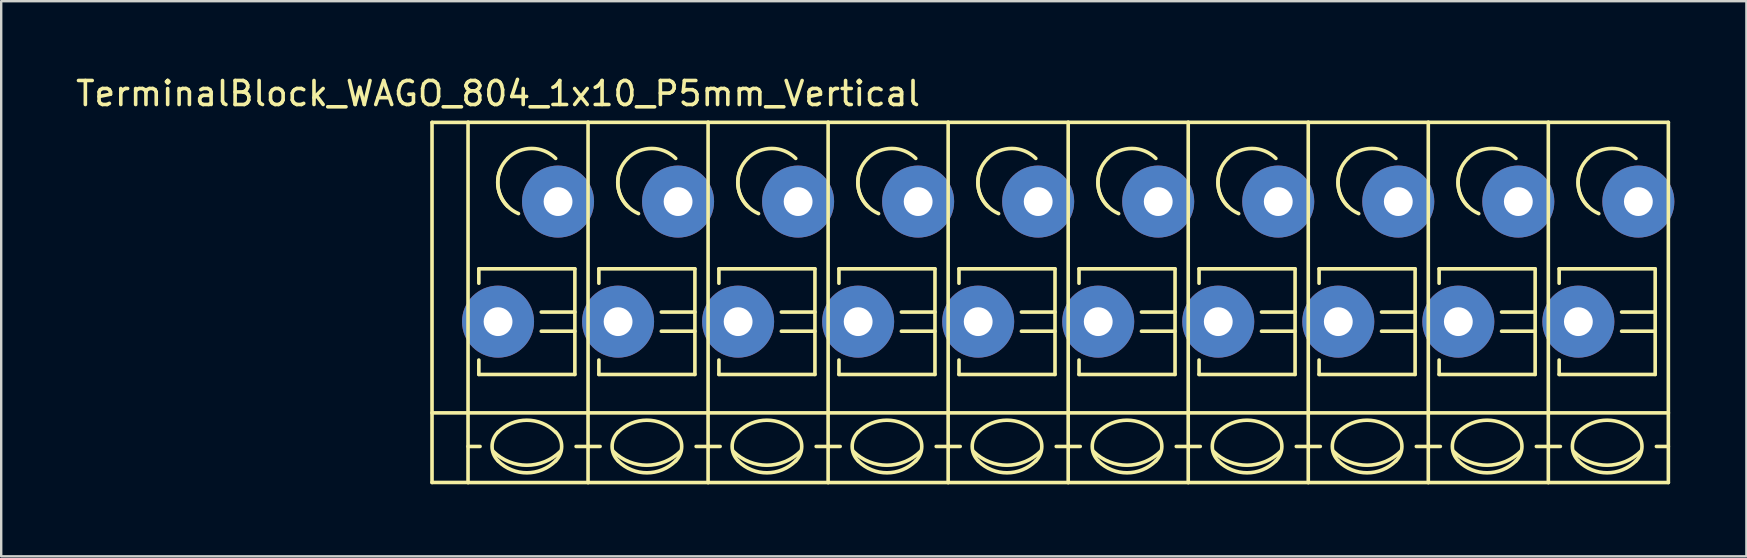
<source format=kicad_pcb>
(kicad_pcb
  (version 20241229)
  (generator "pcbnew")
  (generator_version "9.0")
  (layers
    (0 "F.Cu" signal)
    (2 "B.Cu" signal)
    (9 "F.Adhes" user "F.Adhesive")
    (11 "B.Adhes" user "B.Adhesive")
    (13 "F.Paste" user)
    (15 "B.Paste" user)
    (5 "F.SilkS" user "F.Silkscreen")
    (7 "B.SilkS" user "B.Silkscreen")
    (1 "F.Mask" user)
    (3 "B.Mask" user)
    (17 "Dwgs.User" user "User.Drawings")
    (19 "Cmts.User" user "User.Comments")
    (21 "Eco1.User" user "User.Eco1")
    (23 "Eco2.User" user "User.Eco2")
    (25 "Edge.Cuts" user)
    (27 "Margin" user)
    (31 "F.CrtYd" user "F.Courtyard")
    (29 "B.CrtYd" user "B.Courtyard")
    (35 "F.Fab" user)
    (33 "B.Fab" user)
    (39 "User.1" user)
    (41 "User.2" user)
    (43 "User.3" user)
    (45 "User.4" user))
  (footprint "TerminalBlock_WAGO_804_1x10_P5mm_Vertical"
    (layer "F.Cu")
    (at 17.696 10.348)
    (property "Reference" "TerminalBlock_WAGO_804_1x10_P5mm_Vertical" (at 0 -9.5 0) (layer "F.SilkS") (effects (font (size 1 1) (thickness 0.15))))
    (attr through_hole)
    (fp_line (start -2.75 -8.3) (end -1.25 -8.3) (stroke (width 0.15) (type solid)) (layer "F.SilkS"))
    (fp_line (start -2.75 6.7) (end -2.75 -8.3) (stroke (width 0.15) (type solid)) (layer "F.SilkS"))
    (fp_line (start -1.25 6.7) (end -2.75 6.7) (stroke (width 0.15) (type solid)) (layer "F.SilkS"))
    (fp_line (start -1.25 5.199) (end -0.749 5.199) (stroke (width 0.15) (type solid)) (layer "F.SilkS"))
    (fp_line (start -1.25 6.701) (end -1.25 -8.301) (stroke (width 0.15) (type solid)) (layer "F.SilkS"))
    (fp_line (start -0.8 -2.2) (end -0.8 -1.6) (stroke (width 0.15) (type solid)) (layer "F.SilkS"))
    (fp_line (start -0.8 -2.2) (end 3.2 -2.2) (stroke (width 0.15) (type solid)) (layer "F.SilkS"))
    (fp_line (start -0.8 2.2) (end -0.8 1.6) (stroke (width 0.15) (type solid)) (layer "F.SilkS"))
    (fp_line (start 3.2 -2.2) (end 3.2 2.2) (stroke (width 0.15) (type solid)) (layer "F.SilkS"))
    (fp_line (start 3.2 -0.399) (end 1.801 -0.399) (stroke (width 0.15) (type solid)) (layer "F.SilkS"))
    (fp_line (start 3.2 0.399) (end 1.801 0.399) (stroke (width 0.15) (type solid)) (layer "F.SilkS"))
    (fp_line (start 3.2 2.2) (end -0.8 2.2) (stroke (width 0.15) (type solid)) (layer "F.SilkS"))
    (fp_line (start 3.749 -8.301) (end -1.25 -8.301) (stroke (width 0.15) (type solid)) (layer "F.SilkS"))
    (fp_line (start 3.749 -8.301) (end 3.749 6.701) (stroke (width 0.15) (type solid)) (layer "F.SilkS"))
    (fp_line (start 3.749 5.199) (end 3.251 5.199) (stroke (width 0.15) (type solid)) (layer "F.SilkS"))
    (fp_line (start 3.749 6.701) (end -1.25 6.701) (stroke (width 0.15) (type solid)) (layer "F.SilkS"))
    (fp_line (start 3.75 3.8) (end -2.75 3.8) (stroke (width 0.15) (type solid)) (layer "F.SilkS"))
    (fp_line (start 3.75 3.8) (end 8.75 3.8) (stroke (width 0.15) (type solid)) (layer "F.SilkS"))
    (fp_line (start 3.75 5.199) (end 4.251 5.199) (stroke (width 0.15) (type solid)) (layer "F.SilkS"))
    (fp_line (start 4.2 -2.2) (end 4.2 -1.6) (stroke (width 0.15) (type solid)) (layer "F.SilkS"))
    (fp_line (start 4.2 -2.2) (end 8.2 -2.2) (stroke (width 0.15) (type solid)) (layer "F.SilkS"))
    (fp_line (start 4.2 2.2) (end 4.2 1.6) (stroke (width 0.15) (type solid)) (layer "F.SilkS"))
    (fp_line (start 8.2 -2.2) (end 8.2 2.2) (stroke (width 0.15) (type solid)) (layer "F.SilkS"))
    (fp_line (start 8.2 -0.399) (end 6.801 -0.399) (stroke (width 0.15) (type solid)) (layer "F.SilkS"))
    (fp_line (start 8.2 0.399) (end 6.801 0.399) (stroke (width 0.15) (type solid)) (layer "F.SilkS"))
    (fp_line (start 8.2 2.2) (end 4.2 2.2) (stroke (width 0.15) (type solid)) (layer "F.SilkS"))
    (fp_line (start 8.749 -8.301) (end 3.75 -8.301) (stroke (width 0.15) (type solid)) (layer "F.SilkS"))
    (fp_line (start 8.749 -8.301) (end 8.749 6.701) (stroke (width 0.15) (type solid)) (layer "F.SilkS"))
    (fp_line (start 8.749 5.199) (end 8.251 5.199) (stroke (width 0.15) (type solid)) (layer "F.SilkS"))
    (fp_line (start 8.749 6.701) (end 3.75 6.701) (stroke (width 0.15) (type solid)) (layer "F.SilkS"))
    (fp_line (start 8.75 3.8) (end 13.75 3.8) (stroke (width 0.15) (type solid)) (layer "F.SilkS"))
    (fp_line (start 8.75 5.199) (end 9.251 5.199) (stroke (width 0.15) (type solid)) (layer "F.SilkS"))
    (fp_line (start 9.2 -2.2) (end 9.2 -1.6) (stroke (width 0.15) (type solid)) (layer "F.SilkS"))
    (fp_line (start 9.2 -2.2) (end 13.2 -2.2) (stroke (width 0.15) (type solid)) (layer "F.SilkS"))
    (fp_line (start 9.2 2.2) (end 9.2 1.6) (stroke (width 0.15) (type solid)) (layer "F.SilkS"))
    (fp_line (start 13.2 -2.2) (end 13.2 2.2) (stroke (width 0.15) (type solid)) (layer "F.SilkS"))
    (fp_line (start 13.2 -0.399) (end 11.801 -0.399) (stroke (width 0.15) (type solid)) (layer "F.SilkS"))
    (fp_line (start 13.2 0.399) (end 11.801 0.399) (stroke (width 0.15) (type solid)) (layer "F.SilkS"))
    (fp_line (start 13.2 2.2) (end 9.2 2.2) (stroke (width 0.15) (type solid)) (layer "F.SilkS"))
    (fp_line (start 13.749 -8.301) (end 8.75 -8.301) (stroke (width 0.15) (type solid)) (layer "F.SilkS"))
    (fp_line (start 13.749 -8.301) (end 13.749 6.701) (stroke (width 0.15) (type solid)) (layer "F.SilkS"))
    (fp_line (start 13.749 5.199) (end 13.251 5.199) (stroke (width 0.15) (type solid)) (layer "F.SilkS"))
    (fp_line (start 13.749 6.701) (end 8.75 6.701) (stroke (width 0.15) (type solid)) (layer "F.SilkS"))
    (fp_line (start 13.75 3.8) (end 18.75 3.8) (stroke (width 0.15) (type solid)) (layer "F.SilkS"))
    (fp_line (start 13.75 5.199) (end 14.251 5.199) (stroke (width 0.15) (type solid)) (layer "F.SilkS"))
    (fp_line (start 14.2 -2.2) (end 14.2 -1.6) (stroke (width 0.15) (type solid)) (layer "F.SilkS"))
    (fp_line (start 14.2 -2.2) (end 18.2 -2.2) (stroke (width 0.15) (type solid)) (layer "F.SilkS"))
    (fp_line (start 14.2 2.2) (end 14.2 1.6) (stroke (width 0.15) (type solid)) (layer "F.SilkS"))
    (fp_line (start 18.2 -2.2) (end 18.2 2.2) (stroke (width 0.15) (type solid)) (layer "F.SilkS"))
    (fp_line (start 18.2 -0.399) (end 16.801 -0.399) (stroke (width 0.15) (type solid)) (layer "F.SilkS"))
    (fp_line (start 18.2 0.399) (end 16.801 0.399) (stroke (width 0.15) (type solid)) (layer "F.SilkS"))
    (fp_line (start 18.2 2.2) (end 14.2 2.2) (stroke (width 0.15) (type solid)) (layer "F.SilkS"))
    (fp_line (start 18.749 -8.301) (end 13.75 -8.301) (stroke (width 0.15) (type solid)) (layer "F.SilkS"))
    (fp_line (start 18.749 -8.301) (end 18.749 6.701) (stroke (width 0.15) (type solid)) (layer "F.SilkS"))
    (fp_line (start 18.749 5.199) (end 18.251 5.199) (stroke (width 0.15) (type solid)) (layer "F.SilkS"))
    (fp_line (start 18.749 6.701) (end 13.75 6.701) (stroke (width 0.15) (type solid)) (layer "F.SilkS"))
    (fp_line (start 18.75 3.8) (end 23.75 3.8) (stroke (width 0.15) (type solid)) (layer "F.SilkS"))
    (fp_line (start 18.75 5.199) (end 19.251 5.199) (stroke (width 0.15) (type solid)) (layer "F.SilkS"))
    (fp_line (start 19.2 -2.2) (end 19.2 -1.6) (stroke (width 0.15) (type solid)) (layer "F.SilkS"))
    (fp_line (start 19.2 -2.2) (end 23.2 -2.2) (stroke (width 0.15) (type solid)) (layer "F.SilkS"))
    (fp_line (start 19.2 2.2) (end 19.2 1.6) (stroke (width 0.15) (type solid)) (layer "F.SilkS"))
    (fp_line (start 23.2 -2.2) (end 23.2 2.2) (stroke (width 0.15) (type solid)) (layer "F.SilkS"))
    (fp_line (start 23.2 -0.399) (end 21.801 -0.399) (stroke (width 0.15) (type solid)) (layer "F.SilkS"))
    (fp_line (start 23.2 0.399) (end 21.801 0.399) (stroke (width 0.15) (type solid)) (layer "F.SilkS"))
    (fp_line (start 23.2 2.2) (end 19.2 2.2) (stroke (width 0.15) (type solid)) (layer "F.SilkS"))
    (fp_line (start 23.749 -8.301) (end 18.75 -8.301) (stroke (width 0.15) (type solid)) (layer "F.SilkS"))
    (fp_line (start 23.749 -8.301) (end 23.749 6.701) (stroke (width 0.15) (type solid)) (layer "F.SilkS"))
    (fp_line (start 23.749 5.199) (end 23.251 5.199) (stroke (width 0.15) (type solid)) (layer "F.SilkS"))
    (fp_line (start 23.749 6.701) (end 18.75 6.701) (stroke (width 0.15) (type solid)) (layer "F.SilkS"))
    (fp_line (start 23.75 3.8) (end 28.75 3.8) (stroke (width 0.15) (type solid)) (layer "F.SilkS"))
    (fp_line (start 23.75 5.199) (end 24.251 5.199) (stroke (width 0.15) (type solid)) (layer "F.SilkS"))
    (fp_line (start 24.2 -2.2) (end 24.2 -1.6) (stroke (width 0.15) (type solid)) (layer "F.SilkS"))
    (fp_line (start 24.2 -2.2) (end 28.2 -2.2) (stroke (width 0.15) (type solid)) (layer "F.SilkS"))
    (fp_line (start 24.2 2.2) (end 24.2 1.6) (stroke (width 0.15) (type solid)) (layer "F.SilkS"))
    (fp_line (start 28.2 -2.2) (end 28.2 2.2) (stroke (width 0.15) (type solid)) (layer "F.SilkS"))
    (fp_line (start 28.2 -0.399) (end 26.801 -0.399) (stroke (width 0.15) (type solid)) (layer "F.SilkS"))
    (fp_line (start 28.2 0.399) (end 26.801 0.399) (stroke (width 0.15) (type solid)) (layer "F.SilkS"))
    (fp_line (start 28.2 2.2) (end 24.2 2.2) (stroke (width 0.15) (type solid)) (layer "F.SilkS"))
    (fp_line (start 28.749 -8.301) (end 23.75 -8.301) (stroke (width 0.15) (type solid)) (layer "F.SilkS"))
    (fp_line (start 28.749 -8.301) (end 28.749 6.701) (stroke (width 0.15) (type solid)) (layer "F.SilkS"))
    (fp_line (start 28.749 5.199) (end 28.251 5.199) (stroke (width 0.15) (type solid)) (layer "F.SilkS"))
    (fp_line (start 28.749 6.701) (end 23.75 6.701) (stroke (width 0.15) (type solid)) (layer "F.SilkS"))
    (fp_line (start 28.75 3.8) (end 33.75 3.8) (stroke (width 0.15) (type solid)) (layer "F.SilkS"))
    (fp_line (start 28.75 5.199) (end 29.251 5.199) (stroke (width 0.15) (type solid)) (layer "F.SilkS"))
    (fp_line (start 29.2 -2.2) (end 29.2 -1.6) (stroke (width 0.15) (type solid)) (layer "F.SilkS"))
    (fp_line (start 29.2 -2.2) (end 33.2 -2.2) (stroke (width 0.15) (type solid)) (layer "F.SilkS"))
    (fp_line (start 29.2 2.2) (end 29.2 1.6) (stroke (width 0.15) (type solid)) (layer "F.SilkS"))
    (fp_line (start 33.2 -2.2) (end 33.2 2.2) (stroke (width 0.15) (type solid)) (layer "F.SilkS"))
    (fp_line (start 33.2 -0.399) (end 31.801 -0.399) (stroke (width 0.15) (type solid)) (layer "F.SilkS"))
    (fp_line (start 33.2 0.399) (end 31.801 0.399) (stroke (width 0.15) (type solid)) (layer "F.SilkS"))
    (fp_line (start 33.2 2.2) (end 29.2 2.2) (stroke (width 0.15) (type solid)) (layer "F.SilkS"))
    (fp_line (start 33.749 -8.301) (end 28.75 -8.301) (stroke (width 0.15) (type solid)) (layer "F.SilkS"))
    (fp_line (start 33.749 -8.301) (end 33.749 6.701) (stroke (width 0.15) (type solid)) (layer "F.SilkS"))
    (fp_line (start 33.749 5.199) (end 33.251 5.199) (stroke (width 0.15) (type solid)) (layer "F.SilkS"))
    (fp_line (start 33.749 6.701) (end 28.75 6.701) (stroke (width 0.15) (type solid)) (layer "F.SilkS"))
    (fp_line (start 33.75 3.8) (end 38.75 3.8) (stroke (width 0.15) (type solid)) (layer "F.SilkS"))
    (fp_line (start 33.75 5.199) (end 34.251 5.199) (stroke (width 0.15) (type solid)) (layer "F.SilkS"))
    (fp_line (start 34.2 -2.2) (end 34.2 -1.6) (stroke (width 0.15) (type solid)) (layer "F.SilkS"))
    (fp_line (start 34.2 -2.2) (end 38.2 -2.2) (stroke (width 0.15) (type solid)) (layer "F.SilkS"))
    (fp_line (start 34.2 2.2) (end 34.2 1.6) (stroke (width 0.15) (type solid)) (layer "F.SilkS"))
    (fp_line (start 38.2 -2.2) (end 38.2 2.2) (stroke (width 0.15) (type solid)) (layer "F.SilkS"))
    (fp_line (start 38.2 -0.399) (end 36.801 -0.399) (stroke (width 0.15) (type solid)) (layer "F.SilkS"))
    (fp_line (start 38.2 0.399) (end 36.801 0.399) (stroke (width 0.15) (type solid)) (layer "F.SilkS"))
    (fp_line (start 38.2 2.2) (end 34.2 2.2) (stroke (width 0.15) (type solid)) (layer "F.SilkS"))
    (fp_line (start 38.749 -8.301) (end 33.75 -8.301) (stroke (width 0.15) (type solid)) (layer "F.SilkS"))
    (fp_line (start 38.749 -8.301) (end 38.749 6.701) (stroke (width 0.15) (type solid)) (layer "F.SilkS"))
    (fp_line (start 38.749 5.199) (end 38.251 5.199) (stroke (width 0.15) (type solid)) (layer "F.SilkS"))
    (fp_line (start 38.749 6.701) (end 33.75 6.701) (stroke (width 0.15) (type solid)) (layer "F.SilkS"))
    (fp_line (start 38.75 3.8) (end 43.75 3.8) (stroke (width 0.15) (type solid)) (layer "F.SilkS"))
    (fp_line (start 38.75 5.199) (end 39.251 5.199) (stroke (width 0.15) (type solid)) (layer "F.SilkS"))
    (fp_line (start 39.2 -2.2) (end 39.2 -1.6) (stroke (width 0.15) (type solid)) (layer "F.SilkS"))
    (fp_line (start 39.2 -2.2) (end 43.2 -2.2) (stroke (width 0.15) (type solid)) (layer "F.SilkS"))
    (fp_line (start 39.2 2.2) (end 39.2 1.6) (stroke (width 0.15) (type solid)) (layer "F.SilkS"))
    (fp_line (start 43.2 -2.2) (end 43.2 2.2) (stroke (width 0.15) (type solid)) (layer "F.SilkS"))
    (fp_line (start 43.2 -0.399) (end 41.801 -0.399) (stroke (width 0.15) (type solid)) (layer "F.SilkS"))
    (fp_line (start 43.2 0.399) (end 41.801 0.399) (stroke (width 0.15) (type solid)) (layer "F.SilkS"))
    (fp_line (start 43.2 2.2) (end 39.2 2.2) (stroke (width 0.15) (type solid)) (layer "F.SilkS"))
    (fp_line (start 43.749 -8.301) (end 38.75 -8.301) (stroke (width 0.15) (type solid)) (layer "F.SilkS"))
    (fp_line (start 43.749 -8.301) (end 43.749 6.701) (stroke (width 0.15) (type solid)) (layer "F.SilkS"))
    (fp_line (start 43.749 5.199) (end 43.251 5.199) (stroke (width 0.15) (type solid)) (layer "F.SilkS"))
    (fp_line (start 43.749 6.701) (end 38.75 6.701) (stroke (width 0.15) (type solid)) (layer "F.SilkS"))
    (fp_line (start 43.75 3.8) (end 48.75 3.8) (stroke (width 0.15) (type solid)) (layer "F.SilkS"))
    (fp_line (start 43.75 5.199) (end 44.251 5.199) (stroke (width 0.15) (type solid)) (layer "F.SilkS"))
    (fp_line (start 44.2 -2.2) (end 44.2 -1.6) (stroke (width 0.15) (type solid)) (layer "F.SilkS"))
    (fp_line (start 44.2 -2.2) (end 48.2 -2.2) (stroke (width 0.15) (type solid)) (layer "F.SilkS"))
    (fp_line (start 44.2 2.2) (end 44.2 1.6) (stroke (width 0.15) (type solid)) (layer "F.SilkS"))
    (fp_line (start 48.2 -2.2) (end 48.2 2.2) (stroke (width 0.15) (type solid)) (layer "F.SilkS"))
    (fp_line (start 48.2 -0.399) (end 46.801 -0.399) (stroke (width 0.15) (type solid)) (layer "F.SilkS"))
    (fp_line (start 48.2 0.399) (end 46.801 0.399) (stroke (width 0.15) (type solid)) (layer "F.SilkS"))
    (fp_line (start 48.2 2.2) (end 44.2 2.2) (stroke (width 0.15) (type solid)) (layer "F.SilkS"))
    (fp_line (start 48.749 -8.301) (end 43.75 -8.301) (stroke (width 0.15) (type solid)) (layer "F.SilkS"))
    (fp_line (start 48.749 -8.301) (end 48.749 6.701) (stroke (width 0.15) (type solid)) (layer "F.SilkS"))
    (fp_line (start 48.749 5.199) (end 48.251 5.199) (stroke (width 0.15) (type solid)) (layer "F.SilkS"))
    (fp_line (start 48.749 6.701) (end 43.75 6.701) (stroke (width 0.15) (type solid)) (layer "F.SilkS"))
    (fp_arc (start 0 4.60248) (mid 1.19888 4.105888) (end 2.39776 4.60248) (stroke (width 0.15) (type solid)) (layer "F.SilkS"))
    (fp_arc (start 0 5.79882) (mid -0.248296 5.19938) (end 0 4.59994) (stroke (width 0.15) (type solid)) (layer "F.SilkS"))
    (fp_arc (start 0.39878 -6.79958) (mid 1.39954 -7.214108) (end 2.4003 -6.79958) (stroke (width 0.15) (type solid)) (layer "F.SilkS"))
    (fp_arc (start 0.39878 -4.8006) (mid -0.013952 -5.800616) (end 0.40132 -6.79958) (stroke (width 0.15) (type solid)) (layer "F.SilkS"))
    (fp_arc (start 0.8509 -4.50088) (mid 0.093811 -5.268985) (end 0.1016 -6.34746) (stroke (width 0.15) (type solid)) (layer "F.SilkS"))
    (fp_arc (start 2.4003 5.79882) (mid 1.200676 6.297208) (end 0 5.80136) (stroke (width 0.15) (type solid)) (layer "F.SilkS"))
    (fp_arc (start 2.40284 4.59994) (mid 2.650392 5.201176) (end 2.4003 5.80136) (stroke (width 0.15) (type solid)) (layer "F.SilkS"))
    (fp_arc (start 2.60096 5.40004) (mid 1.200676 5.981545) (end -0.20066 5.40258) (stroke (width 0.15) (type solid)) (layer "F.SilkS"))
    (fp_arc (start 5 4.60248) (mid 6.19888 4.105888) (end 7.39776 4.60248) (stroke (width 0.15) (type solid)) (layer "F.SilkS"))
    (fp_arc (start 5 5.79882) (mid 4.751704 5.19938) (end 5 4.59994) (stroke (width 0.15) (type solid)) (layer "F.SilkS"))
    (fp_arc (start 5.39878 -6.79958) (mid 6.39954 -7.214108) (end 7.4003 -6.79958) (stroke (width 0.15) (type solid)) (layer "F.SilkS"))
    (fp_arc (start 5.39878 -4.8006) (mid 4.986048 -5.800616) (end 5.40132 -6.79958) (stroke (width 0.15) (type solid)) (layer "F.SilkS"))
    (fp_arc (start 5.8509 -4.50088) (mid 5.093811 -5.268985) (end 5.1016 -6.34746) (stroke (width 0.15) (type solid)) (layer "F.SilkS"))
    (fp_arc (start 7.4003 5.79882) (mid 6.200676 6.297208) (end 5 5.80136) (stroke (width 0.15) (type solid)) (layer "F.SilkS"))
    (fp_arc (start 7.40284 4.59994) (mid 7.650392 5.201176) (end 7.4003 5.80136) (stroke (width 0.15) (type solid)) (layer "F.SilkS"))
    (fp_arc (start 7.60096 5.40004) (mid 6.200676 5.981545) (end 4.79934 5.40258) (stroke (width 0.15) (type solid)) (layer "F.SilkS"))
    (fp_arc (start 10 4.60248) (mid 11.19888 4.105888) (end 12.39776 4.60248) (stroke (width 0.15) (type solid)) (layer "F.SilkS"))
    (fp_arc (start 10 5.79882) (mid 9.751704 5.19938) (end 10 4.59994) (stroke (width 0.15) (type solid)) (layer "F.SilkS"))
    (fp_arc (start 10.39878 -6.79958) (mid 11.39954 -7.214108) (end 12.4003 -6.79958) (stroke (width 0.15) (type solid)) (layer "F.SilkS"))
    (fp_arc (start 10.39878 -4.8006) (mid 9.986048 -5.800616) (end 10.40132 -6.79958) (stroke (width 0.15) (type solid)) (layer "F.SilkS"))
    (fp_arc (start 10.8509 -4.50088) (mid 10.093811 -5.268985) (end 10.1016 -6.34746) (stroke (width 0.15) (type solid)) (layer "F.SilkS"))
    (fp_arc (start 12.4003 5.79882) (mid 11.200676 6.297208) (end 10 5.80136) (stroke (width 0.15) (type solid)) (layer "F.SilkS"))
    (fp_arc (start 12.40284 4.59994) (mid 12.650392 5.201176) (end 12.4003 5.80136) (stroke (width 0.15) (type solid)) (layer "F.SilkS"))
    (fp_arc (start 12.60096 5.40004) (mid 11.200676 5.981545) (end 9.79934 5.40258) (stroke (width 0.15) (type solid)) (layer "F.SilkS"))
    (fp_arc (start 15 4.60248) (mid 16.19888 4.105888) (end 17.39776 4.60248) (stroke (width 0.15) (type solid)) (layer "F.SilkS"))
    (fp_arc (start 15 5.79882) (mid 14.751704 5.19938) (end 15 4.59994) (stroke (width 0.15) (type solid)) (layer "F.SilkS"))
    (fp_arc (start 15.39878 -6.79958) (mid 16.39954 -7.214108) (end 17.4003 -6.79958) (stroke (width 0.15) (type solid)) (layer "F.SilkS"))
    (fp_arc (start 15.39878 -4.8006) (mid 14.986048 -5.800616) (end 15.40132 -6.79958) (stroke (width 0.15) (type solid)) (layer "F.SilkS"))
    (fp_arc (start 15.8509 -4.50088) (mid 15.093811 -5.268985) (end 15.1016 -6.34746) (stroke (width 0.15) (type solid)) (layer "F.SilkS"))
    (fp_arc (start 17.4003 5.79882) (mid 16.200676 6.297208) (end 15 5.80136) (stroke (width 0.15) (type solid)) (layer "F.SilkS"))
    (fp_arc (start 17.40284 4.59994) (mid 17.650392 5.201176) (end 17.4003 5.80136) (stroke (width 0.15) (type solid)) (layer "F.SilkS"))
    (fp_arc (start 17.60096 5.40004) (mid 16.200676 5.981545) (end 14.79934 5.40258) (stroke (width 0.15) (type solid)) (layer "F.SilkS"))
    (fp_arc (start 20 4.60248) (mid 21.19888 4.105888) (end 22.39776 4.60248) (stroke (width 0.15) (type solid)) (layer "F.SilkS"))
    (fp_arc (start 20 5.79882) (mid 19.751704 5.19938) (end 20 4.59994) (stroke (width 0.15) (type solid)) (layer "F.SilkS"))
    (fp_arc (start 20.39878 -6.79958) (mid 21.39954 -7.214108) (end 22.4003 -6.79958) (stroke (width 0.15) (type solid)) (layer "F.SilkS"))
    (fp_arc (start 20.39878 -4.8006) (mid 19.986048 -5.800616) (end 20.40132 -6.79958) (stroke (width 0.15) (type solid)) (layer "F.SilkS"))
    (fp_arc (start 20.8509 -4.50088) (mid 20.093811 -5.268985) (end 20.1016 -6.34746) (stroke (width 0.15) (type solid)) (layer "F.SilkS"))
    (fp_arc (start 22.4003 5.79882) (mid 21.200676 6.297208) (end 20 5.80136) (stroke (width 0.15) (type solid)) (layer "F.SilkS"))
    (fp_arc (start 22.40284 4.59994) (mid 22.650392 5.201176) (end 22.4003 5.80136) (stroke (width 0.15) (type solid)) (layer "F.SilkS"))
    (fp_arc (start 22.60096 5.40004) (mid 21.200676 5.981545) (end 19.79934 5.40258) (stroke (width 0.15) (type solid)) (layer "F.SilkS"))
    (fp_arc (start 25 4.60248) (mid 26.19888 4.105888) (end 27.39776 4.60248) (stroke (width 0.15) (type solid)) (layer "F.SilkS"))
    (fp_arc (start 25 5.79882) (mid 24.751704 5.19938) (end 25 4.59994) (stroke (width 0.15) (type solid)) (layer "F.SilkS"))
    (fp_arc (start 25.39878 -6.79958) (mid 26.39954 -7.214108) (end 27.4003 -6.79958) (stroke (width 0.15) (type solid)) (layer "F.SilkS"))
    (fp_arc (start 25.39878 -4.8006) (mid 24.986048 -5.800616) (end 25.40132 -6.79958) (stroke (width 0.15) (type solid)) (layer "F.SilkS"))
    (fp_arc (start 25.8509 -4.50088) (mid 25.093811 -5.268985) (end 25.1016 -6.34746) (stroke (width 0.15) (type solid)) (layer "F.SilkS"))
    (fp_arc (start 27.4003 5.79882) (mid 26.200676 6.297208) (end 25 5.80136) (stroke (width 0.15) (type solid)) (layer "F.SilkS"))
    (fp_arc (start 27.40284 4.59994) (mid 27.650392 5.201176) (end 27.4003 5.80136) (stroke (width 0.15) (type solid)) (layer "F.SilkS"))
    (fp_arc (start 27.60096 5.40004) (mid 26.200676 5.981545) (end 24.79934 5.40258) (stroke (width 0.15) (type solid)) (layer "F.SilkS"))
    (fp_arc (start 30 4.60248) (mid 31.19888 4.105888) (end 32.39776 4.60248) (stroke (width 0.15) (type solid)) (layer "F.SilkS"))
    (fp_arc (start 30 5.79882) (mid 29.751704 5.19938) (end 30 4.59994) (stroke (width 0.15) (type solid)) (layer "F.SilkS"))
    (fp_arc (start 30.39878 -6.79958) (mid 31.39954 -7.214108) (end 32.4003 -6.79958) (stroke (width 0.15) (type solid)) (layer "F.SilkS"))
    (fp_arc (start 30.39878 -4.8006) (mid 29.986048 -5.800616) (end 30.40132 -6.79958) (stroke (width 0.15) (type solid)) (layer "F.SilkS"))
    (fp_arc (start 30.8509 -4.50088) (mid 30.093811 -5.268985) (end 30.1016 -6.34746) (stroke (width 0.15) (type solid)) (layer "F.SilkS"))
    (fp_arc (start 32.4003 5.79882) (mid 31.200676 6.297208) (end 30 5.80136) (stroke (width 0.15) (type solid)) (layer "F.SilkS"))
    (fp_arc (start 32.40284 4.59994) (mid 32.650392 5.201176) (end 32.4003 5.80136) (stroke (width 0.15) (type solid)) (layer "F.SilkS"))
    (fp_arc (start 32.60096 5.40004) (mid 31.200676 5.981545) (end 29.79934 5.40258) (stroke (width 0.15) (type solid)) (layer "F.SilkS"))
    (fp_arc (start 35 4.60248) (mid 36.19888 4.105888) (end 37.39776 4.60248) (stroke (width 0.15) (type solid)) (layer "F.SilkS"))
    (fp_arc (start 35 5.79882) (mid 34.751704 5.19938) (end 35 4.59994) (stroke (width 0.15) (type solid)) (layer "F.SilkS"))
    (fp_arc (start 35.39878 -6.79958) (mid 36.39954 -7.214108) (end 37.4003 -6.79958) (stroke (width 0.15) (type solid)) (layer "F.SilkS"))
    (fp_arc (start 35.39878 -4.8006) (mid 34.986048 -5.800616) (end 35.40132 -6.79958) (stroke (width 0.15) (type solid)) (layer "F.SilkS"))
    (fp_arc (start 35.8509 -4.50088) (mid 35.093811 -5.268985) (end 35.1016 -6.34746) (stroke (width 0.15) (type solid)) (layer "F.SilkS"))
    (fp_arc (start 37.4003 5.79882) (mid 36.200676 6.297208) (end 35 5.80136) (stroke (width 0.15) (type solid)) (layer "F.SilkS"))
    (fp_arc (start 37.40284 4.59994) (mid 37.650392 5.201176) (end 37.4003 5.80136) (stroke (width 0.15) (type solid)) (layer "F.SilkS"))
    (fp_arc (start 37.60096 5.40004) (mid 36.200676 5.981545) (end 34.79934 5.40258) (stroke (width 0.15) (type solid)) (layer "F.SilkS"))
    (fp_arc (start 40 4.60248) (mid 41.19888 4.105888) (end 42.39776 4.60248) (stroke (width 0.15) (type solid)) (layer "F.SilkS"))
    (fp_arc (start 40 5.79882) (mid 39.751704 5.19938) (end 40 4.59994) (stroke (width 0.15) (type solid)) (layer "F.SilkS"))
    (fp_arc (start 40.39878 -6.79958) (mid 41.39954 -7.214108) (end 42.4003 -6.79958) (stroke (width 0.15) (type solid)) (layer "F.SilkS"))
    (fp_arc (start 40.39878 -4.8006) (mid 39.986048 -5.800616) (end 40.40132 -6.79958) (stroke (width 0.15) (type solid)) (layer "F.SilkS"))
    (fp_arc (start 40.8509 -4.50088) (mid 40.093811 -5.268985) (end 40.1016 -6.34746) (stroke (width 0.15) (type solid)) (layer "F.SilkS"))
    (fp_arc (start 42.4003 5.79882) (mid 41.200676 6.297208) (end 40 5.80136) (stroke (width 0.15) (type solid)) (layer "F.SilkS"))
    (fp_arc (start 42.40284 4.59994) (mid 42.650392 5.201176) (end 42.4003 5.80136) (stroke (width 0.15) (type solid)) (layer "F.SilkS"))
    (fp_arc (start 42.60096 5.40004) (mid 41.200676 5.981545) (end 39.79934 5.40258) (stroke (width 0.15) (type solid)) (layer "F.SilkS"))
    (fp_arc (start 45 4.60248) (mid 46.19888 4.105888) (end 47.39776 4.60248) (stroke (width 0.15) (type solid)) (layer "F.SilkS"))
    (fp_arc (start 45 5.79882) (mid 44.751704 5.19938) (end 45 4.59994) (stroke (width 0.15) (type solid)) (layer "F.SilkS"))
    (fp_arc (start 45.39878 -6.79958) (mid 46.39954 -7.214108) (end 47.4003 -6.79958) (stroke (width 0.15) (type solid)) (layer "F.SilkS"))
    (fp_arc (start 45.39878 -4.8006) (mid 44.986048 -5.800616) (end 45.40132 -6.79958) (stroke (width 0.15) (type solid)) (layer "F.SilkS"))
    (fp_arc (start 45.8509 -4.50088) (mid 45.093811 -5.268985) (end 45.1016 -6.34746) (stroke (width 0.15) (type solid)) (layer "F.SilkS"))
    (fp_arc (start 47.4003 5.79882) (mid 46.200676 6.297208) (end 45 5.80136) (stroke (width 0.15) (type solid)) (layer "F.SilkS"))
    (fp_arc (start 47.40284 4.59994) (mid 47.650392 5.201176) (end 47.4003 5.80136) (stroke (width 0.15) (type solid)) (layer "F.SilkS"))
    (fp_arc (start 47.60096 5.40004) (mid 46.200676 5.981545) (end 44.79934 5.40258) (stroke (width 0.15) (type solid)) (layer "F.SilkS"))
    (pad "1" thru_hole circle (at 0 0) (size 3 3) (drill 1.2) (layers "*.Cu" "*.Mask"))
    (pad "1" thru_hole circle (at 2.499 -5.001) (size 3 3) (drill 1.2) (layers "*.Cu" "*.Mask"))
    (pad "2" thru_hole circle (at 5 0) (size 3 3) (drill 1.2) (layers "*.Cu" "*.Mask"))
    (pad "2" thru_hole circle (at 7.499 -5.001) (size 3 3) (drill 1.2) (layers "*.Cu" "*.Mask"))
    (pad "3" thru_hole circle (at 10 0) (size 3 3) (drill 1.2) (layers "*.Cu" "*.Mask"))
    (pad "3" thru_hole circle (at 12.499 -5.001) (size 3 3) (drill 1.2) (layers "*.Cu" "*.Mask"))
    (pad "4" thru_hole circle (at 15 0) (size 3 3) (drill 1.2) (layers "*.Cu" "*.Mask"))
    (pad "4" thru_hole circle (at 17.499 -5.001) (size 3 3) (drill 1.2) (layers "*.Cu" "*.Mask"))
    (pad "5" thru_hole circle (at 20 0) (size 3 3) (drill 1.2) (layers "*.Cu" "*.Mask"))
    (pad "5" thru_hole circle (at 22.499 -5.001) (size 3 3) (drill 1.2) (layers "*.Cu" "*.Mask"))
    (pad "6" thru_hole circle (at 25 0) (size 3 3) (drill 1.2) (layers "*.Cu" "*.Mask"))
    (pad "6" thru_hole circle (at 27.499 -5.001) (size 3 3) (drill 1.2) (layers "*.Cu" "*.Mask"))
    (pad "7" thru_hole circle (at 30 0) (size 3 3) (drill 1.2) (layers "*.Cu" "*.Mask"))
    (pad "7" thru_hole circle (at 32.499 -5.001) (size 3 3) (drill 1.2) (layers "*.Cu" "*.Mask"))
    (pad "8" thru_hole circle (at 35 0) (size 3 3) (drill 1.2) (layers "*.Cu" "*.Mask"))
    (pad "8" thru_hole circle (at 37.499 -5.001) (size 3 3) (drill 1.2) (layers "*.Cu" "*.Mask"))
    (pad "9" thru_hole circle (at 40 0) (size 3 3) (drill 1.2) (layers "*.Cu" "*.Mask"))
    (pad "9" thru_hole circle (at 42.499 -5.001) (size 3 3) (drill 1.2) (layers "*.Cu" "*.Mask"))
    (pad "10" thru_hole circle (at 45 0) (size 3 3) (drill 1.2) (layers "*.Cu" "*.Mask"))
    (pad "10" thru_hole circle (at 47.499 -5.001) (size 3 3) (drill 1.2) (layers "*.Cu" "*.Mask")))
  (gr_rect
    (start -3 -3)
    (end 69.696 20.124)
    (stroke (width 0.1) (type default))
    (fill no)
    (layer "Edge.Cuts")))
</source>
